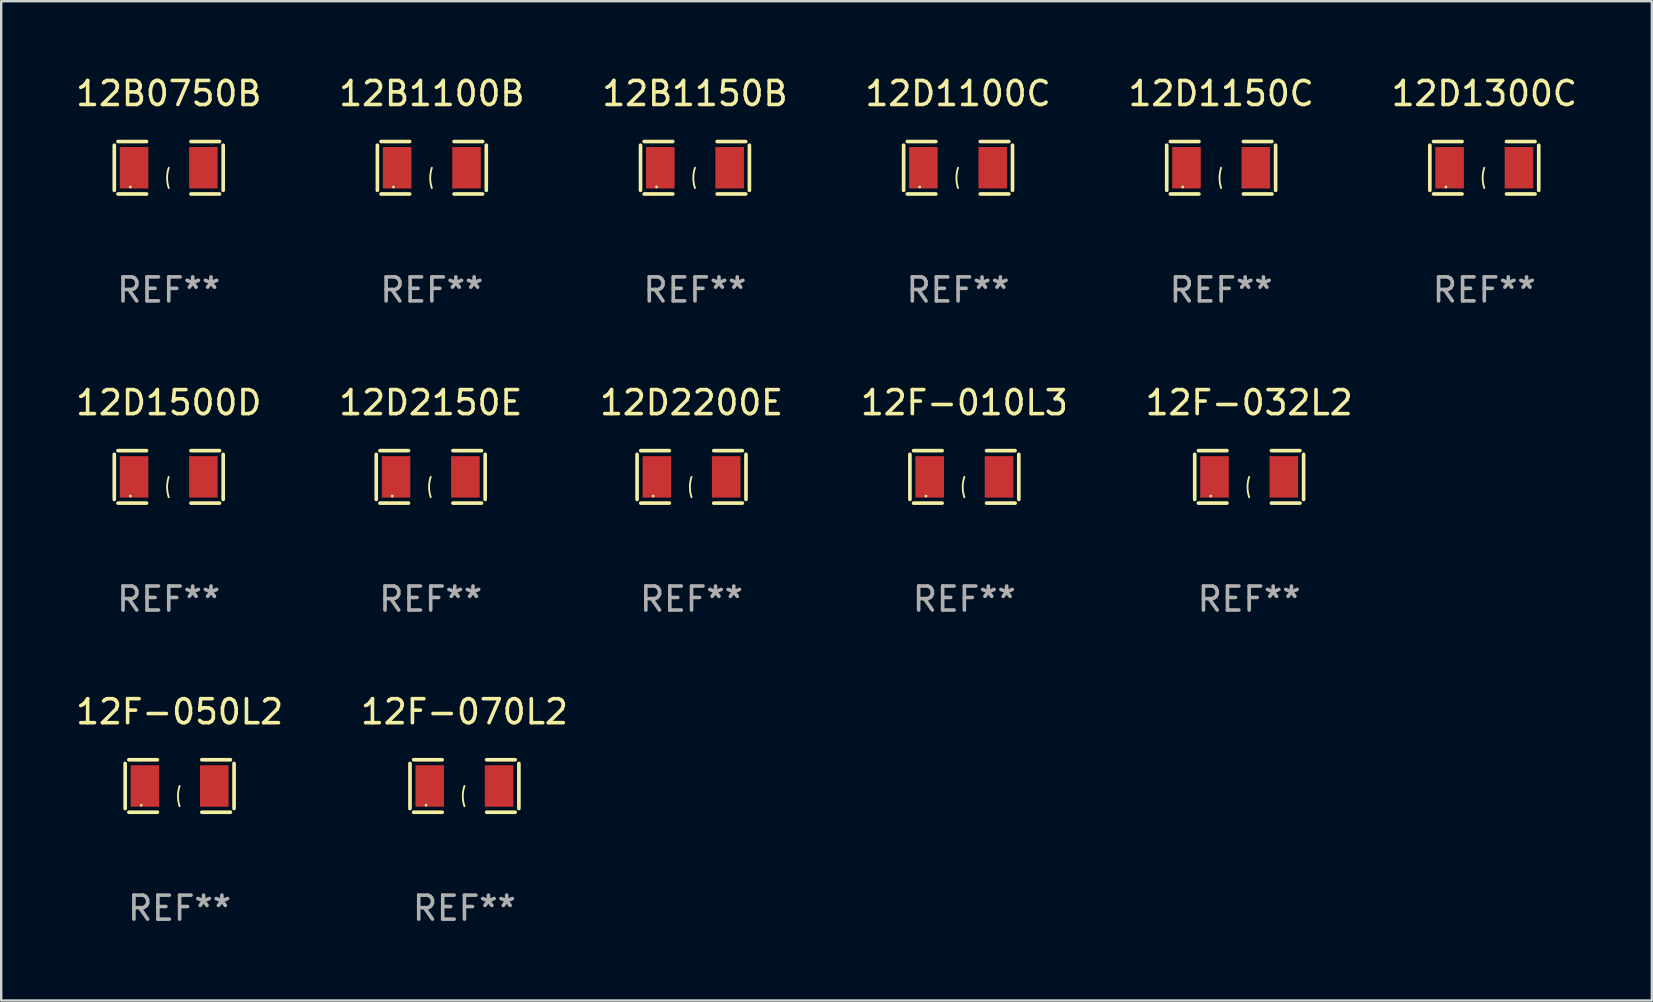
<source format=kicad_pcb>
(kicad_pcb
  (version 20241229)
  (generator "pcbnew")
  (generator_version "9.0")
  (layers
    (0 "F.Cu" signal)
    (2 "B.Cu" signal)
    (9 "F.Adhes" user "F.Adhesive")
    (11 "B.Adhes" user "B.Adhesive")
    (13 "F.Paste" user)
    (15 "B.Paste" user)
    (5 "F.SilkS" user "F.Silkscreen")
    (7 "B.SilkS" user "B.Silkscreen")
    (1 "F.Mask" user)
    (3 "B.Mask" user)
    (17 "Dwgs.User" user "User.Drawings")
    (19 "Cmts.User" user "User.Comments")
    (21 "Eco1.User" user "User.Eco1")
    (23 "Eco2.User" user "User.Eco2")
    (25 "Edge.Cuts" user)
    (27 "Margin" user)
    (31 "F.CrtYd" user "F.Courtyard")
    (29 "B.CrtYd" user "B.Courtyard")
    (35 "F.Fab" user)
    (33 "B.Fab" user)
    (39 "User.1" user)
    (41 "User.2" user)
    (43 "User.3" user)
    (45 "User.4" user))
  (footprint "12D1150C"
    (layer "F.Cu")
    (at 47.839 3.941)
    (property "Reference" "12D1150C" (at 0 -3.093 0) (layer "F.SilkS") (effects (font (size 1 1) (thickness 0.15))))
    (attr through_hole)
    (fp_line (start -2.269 -0.94) (end -2.269 0.94) (stroke (width 0.152) (type solid)) (layer "F.SilkS"))
    (fp_line (start -2.116 1.093) (end -0.926 1.093) (stroke (width 0.152) (type solid)) (layer "F.SilkS"))
    (fp_line (start -0.926 -1.093) (end -2.116 -1.093) (stroke (width 0.152) (type solid)) (layer "F.SilkS"))
    (fp_line (start 0.926 -1.093) (end 2.116 -1.093) (stroke (width 0.152) (type solid)) (layer "F.SilkS"))
    (fp_line (start 2.116 1.093) (end 0.926 1.093) (stroke (width 0.152) (type solid)) (layer "F.SilkS"))
    (fp_line (start 2.269 -0.94) (end 2.269 0.94) (stroke (width 0.152) (type solid)) (layer "F.SilkS"))
    (fp_arc (start 0 0.844951) (mid -0.068559 0.422475) (end 0 0) (stroke (width 0.0762) (type solid)) (layer "F.SilkS"))
    (fp_circle (center -1.6 0.8) (end -1.57 0.8) (stroke (width 0.06) (type solid)) (fill no) (layer "F.SilkS"))
    (fp_text user "REF**" (at 0 5.093 0) (layer "F.Fab") (effects (font (size 1 1) (thickness 0.15))))
    (pad "1" smd rect (at -1.445 0) (size 1.19 1.728) (layers "F.Cu" "F.Mask" "F.Paste"))
    (pad "2" smd rect (at 1.445 0) (size 1.19 1.728) (layers "F.Cu" "F.Mask" "F.Paste")))
  (footprint "12D2150E"
    (layer "F.Cu")
    (at 14.899 16.823)
    (property "Reference" "12D2150E" (at 0 -3.093 0) (layer "F.SilkS") (effects (font (size 1 1) (thickness 0.15))))
    (attr through_hole)
    (fp_line (start -2.269 -0.94) (end -2.269 0.94) (stroke (width 0.152) (type solid)) (layer "F.SilkS"))
    (fp_line (start -2.116 1.093) (end -0.926 1.093) (stroke (width 0.152) (type solid)) (layer "F.SilkS"))
    (fp_line (start -0.926 -1.093) (end -2.116 -1.093) (stroke (width 0.152) (type solid)) (layer "F.SilkS"))
    (fp_line (start 0.926 -1.093) (end 2.116 -1.093) (stroke (width 0.152) (type solid)) (layer "F.SilkS"))
    (fp_line (start 2.116 1.093) (end 0.926 1.093) (stroke (width 0.152) (type solid)) (layer "F.SilkS"))
    (fp_line (start 2.269 -0.94) (end 2.269 0.94) (stroke (width 0.152) (type solid)) (layer "F.SilkS"))
    (fp_arc (start 0 0.844951) (mid -0.068559 0.422475) (end 0 0) (stroke (width 0.0762) (type solid)) (layer "F.SilkS"))
    (fp_circle (center -1.6 0.8) (end -1.57 0.8) (stroke (width 0.06) (type solid)) (fill no) (layer "F.SilkS"))
    (fp_text user "REF**" (at 0 5.093 0) (layer "F.Fab") (effects (font (size 1 1) (thickness 0.15))))
    (pad "1" smd rect (at -1.445 0) (size 1.19 1.728) (layers "F.Cu" "F.Mask" "F.Paste"))
    (pad "2" smd rect (at 1.445 0) (size 1.19 1.728) (layers "F.Cu" "F.Mask" "F.Paste")))
  (footprint "12D1500D"
    (layer "F.Cu")
    (at 3.982 16.823)
    (property "Reference" "12D1500D" (at 0 -3.093 0) (layer "F.SilkS") (effects (font (size 1 1) (thickness 0.15))))
    (attr through_hole)
    (fp_line (start -2.269 -0.94) (end -2.269 0.94) (stroke (width 0.152) (type solid)) (layer "F.SilkS"))
    (fp_line (start -2.116 1.093) (end -0.926 1.093) (stroke (width 0.152) (type solid)) (layer "F.SilkS"))
    (fp_line (start -0.926 -1.093) (end -2.116 -1.093) (stroke (width 0.152) (type solid)) (layer "F.SilkS"))
    (fp_line (start 0.926 -1.093) (end 2.116 -1.093) (stroke (width 0.152) (type solid)) (layer "F.SilkS"))
    (fp_line (start 2.116 1.093) (end 0.926 1.093) (stroke (width 0.152) (type solid)) (layer "F.SilkS"))
    (fp_line (start 2.269 -0.94) (end 2.269 0.94) (stroke (width 0.152) (type solid)) (layer "F.SilkS"))
    (fp_arc (start 0 0.844951) (mid -0.068559 0.422475) (end 0 0) (stroke (width 0.0762) (type solid)) (layer "F.SilkS"))
    (fp_circle (center -1.6 0.8) (end -1.57 0.8) (stroke (width 0.06) (type solid)) (fill no) (layer "F.SilkS"))
    (fp_text user "REF**" (at 0 5.093 0) (layer "F.Fab") (effects (font (size 1 1) (thickness 0.15))))
    (pad "1" smd rect (at -1.445 0) (size 1.19 1.728) (layers "F.Cu" "F.Mask" "F.Paste"))
    (pad "2" smd rect (at 1.445 0) (size 1.19 1.728) (layers "F.Cu" "F.Mask" "F.Paste")))
  (footprint "12D2200E"
    (layer "F.Cu")
    (at 25.768 16.823)
    (property "Reference" "12D2200E" (at 0 -3.093 0) (layer "F.SilkS") (effects (font (size 1 1) (thickness 0.15))))
    (attr through_hole)
    (fp_line (start -2.269 -0.94) (end -2.269 0.94) (stroke (width 0.152) (type solid)) (layer "F.SilkS"))
    (fp_line (start -2.116 1.093) (end -0.926 1.093) (stroke (width 0.152) (type solid)) (layer "F.SilkS"))
    (fp_line (start -0.926 -1.093) (end -2.116 -1.093) (stroke (width 0.152) (type solid)) (layer "F.SilkS"))
    (fp_line (start 0.926 -1.093) (end 2.116 -1.093) (stroke (width 0.152) (type solid)) (layer "F.SilkS"))
    (fp_line (start 2.116 1.093) (end 0.926 1.093) (stroke (width 0.152) (type solid)) (layer "F.SilkS"))
    (fp_line (start 2.269 -0.94) (end 2.269 0.94) (stroke (width 0.152) (type solid)) (layer "F.SilkS"))
    (fp_arc (start 0 0.844951) (mid -0.068559 0.422475) (end 0 0) (stroke (width 0.0762) (type solid)) (layer "F.SilkS"))
    (fp_circle (center -1.6 0.8) (end -1.57 0.8) (stroke (width 0.06) (type solid)) (fill no) (layer "F.SilkS"))
    (fp_text user "REF**" (at 0 5.093 0) (layer "F.Fab") (effects (font (size 1 1) (thickness 0.15))))
    (pad "1" smd rect (at -1.445 0) (size 1.19 1.728) (layers "F.Cu" "F.Mask" "F.Paste"))
    (pad "2" smd rect (at 1.445 0) (size 1.19 1.728) (layers "F.Cu" "F.Mask" "F.Paste")))
  (footprint "12D1100C"
    (layer "F.Cu")
    (at 36.875 3.941)
    (property "Reference" "12D1100C" (at 0 -3.093 0) (layer "F.SilkS") (effects (font (size 1 1) (thickness 0.15))))
    (attr through_hole)
    (fp_line (start -2.269 -0.94) (end -2.269 0.94) (stroke (width 0.152) (type solid)) (layer "F.SilkS"))
    (fp_line (start -2.116 1.093) (end -0.926 1.093) (stroke (width 0.152) (type solid)) (layer "F.SilkS"))
    (fp_line (start -0.926 -1.093) (end -2.116 -1.093) (stroke (width 0.152) (type solid)) (layer "F.SilkS"))
    (fp_line (start 0.926 -1.093) (end 2.116 -1.093) (stroke (width 0.152) (type solid)) (layer "F.SilkS"))
    (fp_line (start 2.116 1.093) (end 0.926 1.093) (stroke (width 0.152) (type solid)) (layer "F.SilkS"))
    (fp_line (start 2.269 -0.94) (end 2.269 0.94) (stroke (width 0.152) (type solid)) (layer "F.SilkS"))
    (fp_arc (start 0 0.844951) (mid -0.068559 0.422475) (end 0 0) (stroke (width 0.0762) (type solid)) (layer "F.SilkS"))
    (fp_circle (center -1.6 0.8) (end -1.57 0.8) (stroke (width 0.06) (type solid)) (fill no) (layer "F.SilkS"))
    (fp_text user "REF**" (at 0 5.093 0) (layer "F.Fab") (effects (font (size 1 1) (thickness 0.15))))
    (pad "1" smd rect (at -1.445 0) (size 1.19 1.728) (layers "F.Cu" "F.Mask" "F.Paste"))
    (pad "2" smd rect (at 1.445 0) (size 1.19 1.728) (layers "F.Cu" "F.Mask" "F.Paste")))
  (footprint "12F-032L2"
    (layer "F.Cu")
    (at 49.006 16.823)
    (property "Reference" "12F-032L2" (at 0 -3.093 0) (layer "F.SilkS") (effects (font (size 1 1) (thickness 0.15))))
    (attr through_hole)
    (fp_line (start -2.269 -0.94) (end -2.269 0.94) (stroke (width 0.152) (type solid)) (layer "F.SilkS"))
    (fp_line (start -2.116 1.093) (end -0.926 1.093) (stroke (width 0.152) (type solid)) (layer "F.SilkS"))
    (fp_line (start -0.926 -1.093) (end -2.116 -1.093) (stroke (width 0.152) (type solid)) (layer "F.SilkS"))
    (fp_line (start 0.926 -1.093) (end 2.116 -1.093) (stroke (width 0.152) (type solid)) (layer "F.SilkS"))
    (fp_line (start 2.116 1.093) (end 0.926 1.093) (stroke (width 0.152) (type solid)) (layer "F.SilkS"))
    (fp_line (start 2.269 -0.94) (end 2.269 0.94) (stroke (width 0.152) (type solid)) (layer "F.SilkS"))
    (fp_arc (start 0 0.844951) (mid -0.068559 0.422475) (end 0 0) (stroke (width 0.0762) (type solid)) (layer "F.SilkS"))
    (fp_circle (center -1.6 0.8) (end -1.57 0.8) (stroke (width 0.06) (type solid)) (fill no) (layer "F.SilkS"))
    (fp_text user "REF**" (at 0 5.093 0) (layer "F.Fab") (effects (font (size 1 1) (thickness 0.15))))
    (pad "1" smd rect (at -1.445 0) (size 1.19 1.728) (layers "F.Cu" "F.Mask" "F.Paste"))
    (pad "2" smd rect (at 1.445 0) (size 1.19 1.728) (layers "F.Cu" "F.Mask" "F.Paste")))
  (footprint "12F-070L2"
    (layer "F.Cu")
    (at 16.304 29.704)
    (property "Reference" "12F-070L2" (at 0 -3.093 0) (layer "F.SilkS") (effects (font (size 1 1) (thickness 0.15))))
    (attr through_hole)
    (fp_line (start -2.269 -0.94) (end -2.269 0.94) (stroke (width 0.152) (type solid)) (layer "F.SilkS"))
    (fp_line (start -2.116 1.093) (end -0.926 1.093) (stroke (width 0.152) (type solid)) (layer "F.SilkS"))
    (fp_line (start -0.926 -1.093) (end -2.116 -1.093) (stroke (width 0.152) (type solid)) (layer "F.SilkS"))
    (fp_line (start 0.926 -1.093) (end 2.116 -1.093) (stroke (width 0.152) (type solid)) (layer "F.SilkS"))
    (fp_line (start 2.116 1.093) (end 0.926 1.093) (stroke (width 0.152) (type solid)) (layer "F.SilkS"))
    (fp_line (start 2.269 -0.94) (end 2.269 0.94) (stroke (width 0.152) (type solid)) (layer "F.SilkS"))
    (fp_arc (start 0 0.844951) (mid -0.068559 0.422475) (end 0 0) (stroke (width 0.0762) (type solid)) (layer "F.SilkS"))
    (fp_circle (center -1.6 0.8) (end -1.57 0.8) (stroke (width 0.06) (type solid)) (fill no) (layer "F.SilkS"))
    (fp_text user "REF**" (at 0 5.093 0) (layer "F.Fab") (effects (font (size 1 1) (thickness 0.15))))
    (pad "1" smd rect (at -1.445 0) (size 1.19 1.728) (layers "F.Cu" "F.Mask" "F.Paste"))
    (pad "2" smd rect (at 1.445 0) (size 1.19 1.728) (layers "F.Cu" "F.Mask" "F.Paste")))
  (footprint "12F-010L3"
    (layer "F.Cu")
    (at 37.137 16.823)
    (property "Reference" "12F-010L3" (at 0 -3.093 0) (layer "F.SilkS") (effects (font (size 1 1) (thickness 0.15))))
    (attr through_hole)
    (fp_line (start -2.269 -0.94) (end -2.269 0.94) (stroke (width 0.152) (type solid)) (layer "F.SilkS"))
    (fp_line (start -2.116 1.093) (end -0.926 1.093) (stroke (width 0.152) (type solid)) (layer "F.SilkS"))
    (fp_line (start -0.926 -1.093) (end -2.116 -1.093) (stroke (width 0.152) (type solid)) (layer "F.SilkS"))
    (fp_line (start 0.926 -1.093) (end 2.116 -1.093) (stroke (width 0.152) (type solid)) (layer "F.SilkS"))
    (fp_line (start 2.116 1.093) (end 0.926 1.093) (stroke (width 0.152) (type solid)) (layer "F.SilkS"))
    (fp_line (start 2.269 -0.94) (end 2.269 0.94) (stroke (width 0.152) (type solid)) (layer "F.SilkS"))
    (fp_arc (start 0 0.844951) (mid -0.068559 0.422475) (end 0 0) (stroke (width 0.0762) (type solid)) (layer "F.SilkS"))
    (fp_circle (center -1.6 0.8) (end -1.57 0.8) (stroke (width 0.06) (type solid)) (fill no) (layer "F.SilkS"))
    (fp_text user "REF**" (at 0 5.093 0) (layer "F.Fab") (effects (font (size 1 1) (thickness 0.15))))
    (pad "1" smd rect (at -1.445 0) (size 1.19 1.728) (layers "F.Cu" "F.Mask" "F.Paste"))
    (pad "2" smd rect (at 1.445 0) (size 1.19 1.728) (layers "F.Cu" "F.Mask" "F.Paste")))
  (footprint "12D1300C"
    (layer "F.Cu")
    (at 58.804 3.941)
    (property "Reference" "12D1300C" (at 0 -3.093 0) (layer "F.SilkS") (effects (font (size 1 1) (thickness 0.15))))
    (attr through_hole)
    (fp_line (start -2.269 -0.94) (end -2.269 0.94) (stroke (width 0.152) (type solid)) (layer "F.SilkS"))
    (fp_line (start -2.116 1.093) (end -0.926 1.093) (stroke (width 0.152) (type solid)) (layer "F.SilkS"))
    (fp_line (start -0.926 -1.093) (end -2.116 -1.093) (stroke (width 0.152) (type solid)) (layer "F.SilkS"))
    (fp_line (start 0.926 -1.093) (end 2.116 -1.093) (stroke (width 0.152) (type solid)) (layer "F.SilkS"))
    (fp_line (start 2.116 1.093) (end 0.926 1.093) (stroke (width 0.152) (type solid)) (layer "F.SilkS"))
    (fp_line (start 2.269 -0.94) (end 2.269 0.94) (stroke (width 0.152) (type solid)) (layer "F.SilkS"))
    (fp_arc (start 0 0.844951) (mid -0.068559 0.422475) (end 0 0) (stroke (width 0.0762) (type solid)) (layer "F.SilkS"))
    (fp_circle (center -1.6 0.8) (end -1.57 0.8) (stroke (width 0.06) (type solid)) (fill no) (layer "F.SilkS"))
    (fp_text user "REF**" (at 0 5.093 0) (layer "F.Fab") (effects (font (size 1 1) (thickness 0.15))))
    (pad "1" smd rect (at -1.445 0) (size 1.19 1.728) (layers "F.Cu" "F.Mask" "F.Paste"))
    (pad "2" smd rect (at 1.445 0) (size 1.19 1.728) (layers "F.Cu" "F.Mask" "F.Paste")))
  (footprint "12B1150B"
    (layer "F.Cu")
    (at 25.911 3.941)
    (property "Reference" "12B1150B" (at 0 -3.093 0) (layer "F.SilkS") (effects (font (size 1 1) (thickness 0.15))))
    (attr through_hole)
    (fp_line (start -2.269 -0.94) (end -2.269 0.94) (stroke (width 0.152) (type solid)) (layer "F.SilkS"))
    (fp_line (start -2.116 1.093) (end -0.926 1.093) (stroke (width 0.152) (type solid)) (layer "F.SilkS"))
    (fp_line (start -0.926 -1.093) (end -2.116 -1.093) (stroke (width 0.152) (type solid)) (layer "F.SilkS"))
    (fp_line (start 0.926 -1.093) (end 2.116 -1.093) (stroke (width 0.152) (type solid)) (layer "F.SilkS"))
    (fp_line (start 2.116 1.093) (end 0.926 1.093) (stroke (width 0.152) (type solid)) (layer "F.SilkS"))
    (fp_line (start 2.269 -0.94) (end 2.269 0.94) (stroke (width 0.152) (type solid)) (layer "F.SilkS"))
    (fp_arc (start 0 0.844951) (mid -0.068559 0.422475) (end 0 0) (stroke (width 0.0762) (type solid)) (layer "F.SilkS"))
    (fp_circle (center -1.6 0.8) (end -1.57 0.8) (stroke (width 0.06) (type solid)) (fill no) (layer "F.SilkS"))
    (fp_text user "REF**" (at 0 5.093 0) (layer "F.Fab") (effects (font (size 1 1) (thickness 0.15))))
    (pad "1" smd rect (at -1.445 0) (size 1.19 1.728) (layers "F.Cu" "F.Mask" "F.Paste"))
    (pad "2" smd rect (at 1.445 0) (size 1.19 1.728) (layers "F.Cu" "F.Mask" "F.Paste")))
  (footprint "12B1100B"
    (layer "F.Cu")
    (at 14.946 3.941)
    (property "Reference" "12B1100B" (at 0 -3.093 0) (layer "F.SilkS") (effects (font (size 1 1) (thickness 0.15))))
    (attr through_hole)
    (fp_line (start -2.269 -0.94) (end -2.269 0.94) (stroke (width 0.152) (type solid)) (layer "F.SilkS"))
    (fp_line (start -2.116 1.093) (end -0.926 1.093) (stroke (width 0.152) (type solid)) (layer "F.SilkS"))
    (fp_line (start -0.926 -1.093) (end -2.116 -1.093) (stroke (width 0.152) (type solid)) (layer "F.SilkS"))
    (fp_line (start 0.926 -1.093) (end 2.116 -1.093) (stroke (width 0.152) (type solid)) (layer "F.SilkS"))
    (fp_line (start 2.116 1.093) (end 0.926 1.093) (stroke (width 0.152) (type solid)) (layer "F.SilkS"))
    (fp_line (start 2.269 -0.94) (end 2.269 0.94) (stroke (width 0.152) (type solid)) (layer "F.SilkS"))
    (fp_arc (start 0 0.844951) (mid -0.068559 0.422475) (end 0 0) (stroke (width 0.0762) (type solid)) (layer "F.SilkS"))
    (fp_circle (center -1.6 0.8) (end -1.57 0.8) (stroke (width 0.06) (type solid)) (fill no) (layer "F.SilkS"))
    (fp_text user "REF**" (at 0 5.093 0) (layer "F.Fab") (effects (font (size 1 1) (thickness 0.15))))
    (pad "1" smd rect (at -1.445 0) (size 1.19 1.728) (layers "F.Cu" "F.Mask" "F.Paste"))
    (pad "2" smd rect (at 1.445 0) (size 1.19 1.728) (layers "F.Cu" "F.Mask" "F.Paste")))
  (footprint "12F-050L2"
    (layer "F.Cu")
    (at 4.435 29.704)
    (property "Reference" "12F-050L2" (at 0 -3.093 0) (layer "F.SilkS") (effects (font (size 1 1) (thickness 0.15))))
    (attr through_hole)
    (fp_line (start -2.269 -0.94) (end -2.269 0.94) (stroke (width 0.152) (type solid)) (layer "F.SilkS"))
    (fp_line (start -2.116 1.093) (end -0.926 1.093) (stroke (width 0.152) (type solid)) (layer "F.SilkS"))
    (fp_line (start -0.926 -1.093) (end -2.116 -1.093) (stroke (width 0.152) (type solid)) (layer "F.SilkS"))
    (fp_line (start 0.926 -1.093) (end 2.116 -1.093) (stroke (width 0.152) (type solid)) (layer "F.SilkS"))
    (fp_line (start 2.116 1.093) (end 0.926 1.093) (stroke (width 0.152) (type solid)) (layer "F.SilkS"))
    (fp_line (start 2.269 -0.94) (end 2.269 0.94) (stroke (width 0.152) (type solid)) (layer "F.SilkS"))
    (fp_arc (start 0 0.844951) (mid -0.068559 0.422475) (end 0 0) (stroke (width 0.0762) (type solid)) (layer "F.SilkS"))
    (fp_circle (center -1.6 0.8) (end -1.57 0.8) (stroke (width 0.06) (type solid)) (fill no) (layer "F.SilkS"))
    (fp_text user "REF**" (at 0 5.093 0) (layer "F.Fab") (effects (font (size 1 1) (thickness 0.15))))
    (pad "1" smd rect (at -1.445 0) (size 1.19 1.728) (layers "F.Cu" "F.Mask" "F.Paste"))
    (pad "2" smd rect (at 1.445 0) (size 1.19 1.728) (layers "F.Cu" "F.Mask" "F.Paste")))
  (footprint "12B0750B"
    (layer "F.Cu")
    (at 3.982 3.941)
    (property "Reference" "12B0750B" (at 0 -3.093 0) (layer "F.SilkS") (effects (font (size 1 1) (thickness 0.15))))
    (attr through_hole)
    (fp_line (start -2.269 -0.94) (end -2.269 0.94) (stroke (width 0.152) (type solid)) (layer "F.SilkS"))
    (fp_line (start -2.116 1.093) (end -0.926 1.093) (stroke (width 0.152) (type solid)) (layer "F.SilkS"))
    (fp_line (start -0.926 -1.093) (end -2.116 -1.093) (stroke (width 0.152) (type solid)) (layer "F.SilkS"))
    (fp_line (start 0.926 -1.093) (end 2.116 -1.093) (stroke (width 0.152) (type solid)) (layer "F.SilkS"))
    (fp_line (start 2.116 1.093) (end 0.926 1.093) (stroke (width 0.152) (type solid)) (layer "F.SilkS"))
    (fp_line (start 2.269 -0.94) (end 2.269 0.94) (stroke (width 0.152) (type solid)) (layer "F.SilkS"))
    (fp_arc (start 0 0.844951) (mid -0.068559 0.422475) (end 0 0) (stroke (width 0.0762) (type solid)) (layer "F.SilkS"))
    (fp_circle (center -1.6 0.8) (end -1.57 0.8) (stroke (width 0.06) (type solid)) (fill no) (layer "F.SilkS"))
    (fp_text user "REF**" (at 0 5.093 0) (layer "F.Fab") (effects (font (size 1 1) (thickness 0.15))))
    (pad "1" smd rect (at -1.445 0) (size 1.19 1.728) (layers "F.Cu" "F.Mask" "F.Paste"))
    (pad "2" smd rect (at 1.445 0) (size 1.19 1.728) (layers "F.Cu" "F.Mask" "F.Paste")))
  (gr_rect
    (start -3 -3)
    (end 65.786 38.645)
    (stroke (width 0.1) (type default))
    (fill no)
    (layer "Edge.Cuts")))
</source>
